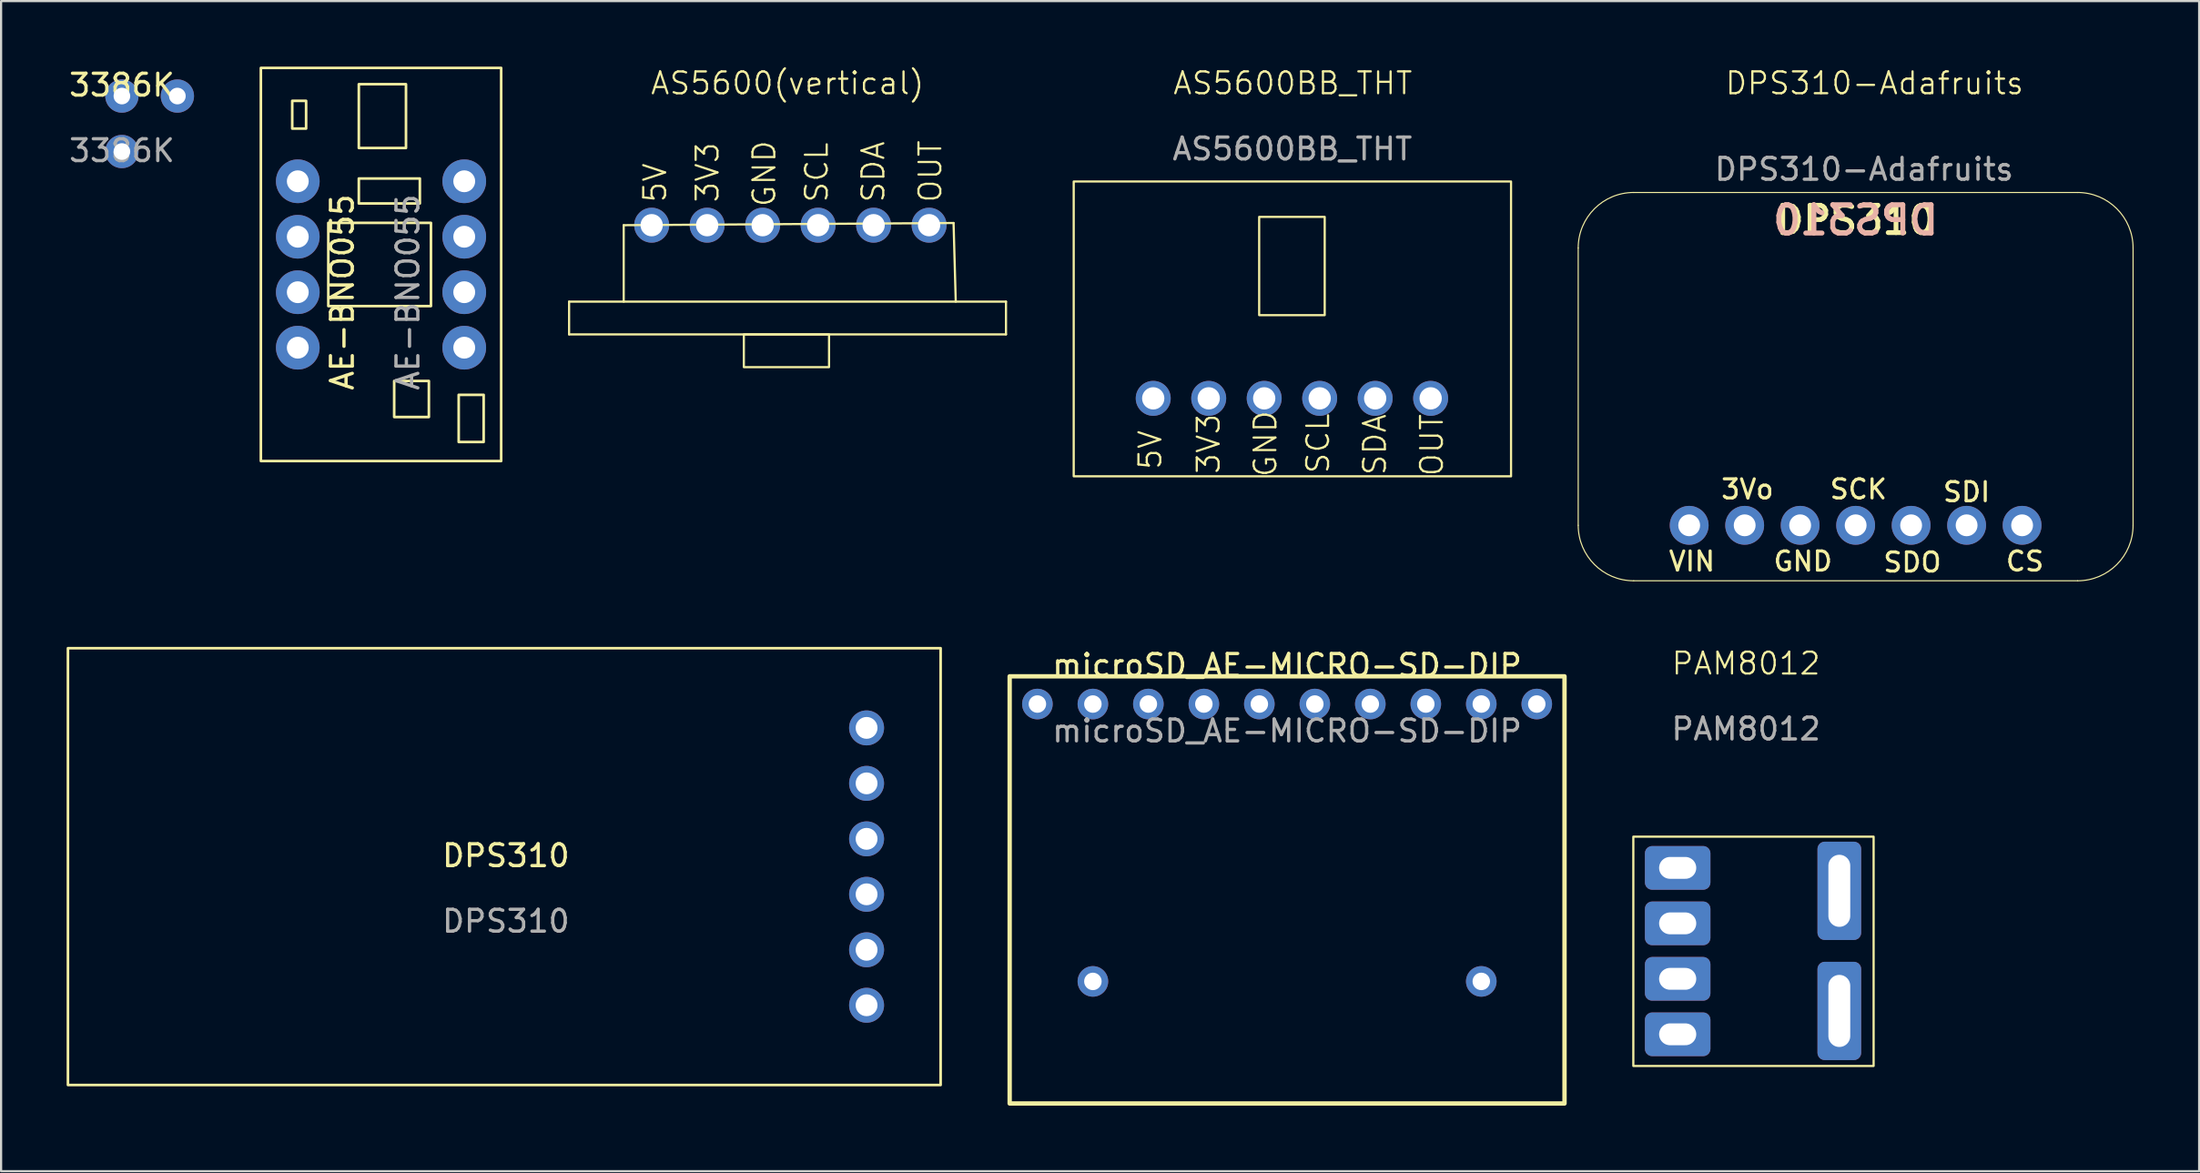
<source format=kicad_pcb>
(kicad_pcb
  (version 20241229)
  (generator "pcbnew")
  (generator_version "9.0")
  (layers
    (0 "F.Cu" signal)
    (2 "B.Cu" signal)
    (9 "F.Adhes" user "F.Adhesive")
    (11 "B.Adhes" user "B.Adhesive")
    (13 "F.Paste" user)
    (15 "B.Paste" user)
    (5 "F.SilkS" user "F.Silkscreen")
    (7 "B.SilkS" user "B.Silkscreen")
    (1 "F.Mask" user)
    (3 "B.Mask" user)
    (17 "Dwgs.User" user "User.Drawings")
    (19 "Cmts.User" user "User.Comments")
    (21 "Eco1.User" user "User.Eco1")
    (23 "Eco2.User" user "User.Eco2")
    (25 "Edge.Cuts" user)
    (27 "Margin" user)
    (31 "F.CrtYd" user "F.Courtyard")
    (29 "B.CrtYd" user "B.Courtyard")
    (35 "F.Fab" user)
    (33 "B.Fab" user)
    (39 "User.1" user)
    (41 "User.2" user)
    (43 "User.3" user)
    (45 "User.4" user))
  (footprint "3386K"
    (layer "F.Cu")
    (at 2.53 1.348)
    (property "Reference" "3386K" (at 0 -0.5 0) (unlocked yes) (layer "F.SilkS") (effects (font (size 1 1) (thickness 0.15))))
    (attr through_hole)
    (fp_text user "${REFERENCE}" (at 0 2.5 0) (unlocked yes) (layer "F.Fab") (effects (font (size 1 1) (thickness 0.15))))
    (pad "1" thru_hole circle (at 2.54 0) (size 1.524 1.524) (drill 0.762) (layers "*.Cu" "*.Mask"))
    (pad "2" thru_hole circle (at 0 0) (size 1.524 1.524) (drill 0.762) (layers "*.Cu" "*.Mask"))
    (pad "3" thru_hole circle (at 0 2.54) (size 1.524 1.524) (drill 0.762) (layers "*.Cu" "*.Mask")))
  (footprint "PAM8012"
    (layer "F.Cu")
    (at 77.1 40.619)
    (property "Reference" "PAM8012" (at -0.22 -13.29 0) (unlocked yes) (layer "F.SilkS") (effects (font (size 1 1) (thickness 0.1))))
    (attr through_hole)
    (fp_rect (start -5.38 -5.36) (end 5.62 5.14) (stroke (width 0.1) (type default)) (fill no) (layer "F.SilkS"))
    (fp_text user "${REFERENCE}" (at -0.22 -10.29 0) (unlocked yes) (layer "F.Fab") (effects (font (size 1 1) (thickness 0.15))))
    (pad "1" thru_hole roundrect (at -3.35 -3.93) (size 3 2) (drill oval 1.7 1) (layers "*.Cu" "*.Mask") (roundrect_rratio 0.164))
    (pad "2" thru_hole roundrect (at -3.35 -1.39) (size 3 2) (drill oval 1.7 1) (layers "*.Cu" "*.Mask") (roundrect_rratio 0.164))
    (pad "3" thru_hole roundrect (at -3.35 1.15) (size 3 2) (drill oval 1.7 1) (layers "*.Cu" "*.Mask") (roundrect_rratio 0.164))
    (pad "4" thru_hole roundrect (at -3.35 3.69) (size 3 2) (drill oval 1.7 1) (layers "*.Cu" "*.Mask") (roundrect_rratio 0.164))
    (pad "5" thru_hole roundrect (at 4.05 -2.88) (size 2 4.5) (drill oval 1 3.3) (layers "*.Cu" "*.Mask") (roundrect_rratio 0.164))
    (pad "6" thru_hole roundrect (at 4.05 2.62) (size 2 4.5) (drill oval 1 3.3) (layers "*.Cu" "*.Mask") (roundrect_rratio 0.164)))
  (footprint "DPS310-Adafruits"
    (layer "F.Cu")
    (at 82.724 13.97)
    (property "Reference" "DPS310-Adafruits" (at 0.04 -13.21 0) (unlocked yes) (layer "F.SilkS") (effects (font (size 1 1) (thickness 0.1))))
    (attr through_hole)
    (fp_line (start -13.527 -5.667) (end -13.527 7.033) (stroke (width 0.05) (type solid)) (layer "F.SilkS"))
    (fp_line (start -10.987 9.573) (end 9.333 9.573) (stroke (width 0.05) (type solid)) (layer "F.SilkS"))
    (fp_line (start 9.333 -8.207) (end -10.987 -8.207) (stroke (width 0.05) (type solid)) (layer "F.SilkS"))
    (fp_line (start 11.873 7.033) (end 11.873 -5.667) (stroke (width 0.05) (type solid)) (layer "F.SilkS"))
    (fp_arc (start -13.527 -5.667) (mid -12.783051 -7.463051) (end -10.987 -8.207) (stroke (width 0.05) (type solid)) (layer "F.SilkS"))
    (fp_arc (start -10.987 9.573) (mid -12.783051 8.829051) (end -13.527 7.033) (stroke (width 0.05) (type solid)) (layer "F.SilkS"))
    (fp_arc (start 9.333 -8.207) (mid 11.129051 -7.463051) (end 11.873 -5.667) (stroke (width 0.05) (type solid)) (layer "F.SilkS"))
    (fp_arc (start 11.873 7.033) (mid 11.129051 8.829051) (end 9.333 9.573) (stroke (width 0.05) (type solid)) (layer "F.SilkS"))
    (fp_text user "SDO" (at 1.77 8.73 0) (unlocked yes) (layer "F.SilkS") (effects (font (size 0.874 0.874) (thickness 0.142))))
    (fp_text user "DPS310" (at -0.827 -6.937 0) (unlocked yes) (layer "F.SilkS") (effects (font (size 1.252 1.252) (thickness 0.221))))
    (fp_text user "SDI" (at 4.253 5.509 0) (unlocked yes) (layer "F.SilkS") (effects (font (size 0.874 0.874) (thickness 0.142))))
    (fp_text user "CS" (at 6.92 8.684 0) (unlocked yes) (layer "F.SilkS") (effects (font (size 0.874 0.874) (thickness 0.142))))
    (fp_text user "VIN" (at -8.32 8.684 0) (unlocked yes) (layer "F.SilkS") (effects (font (size 0.874 0.874) (thickness 0.142))))
    (fp_text user "SCK" (at -0.7 5.382 0) (unlocked yes) (layer "F.SilkS") (effects (font (size 0.874 0.874) (thickness 0.142))))
    (fp_text user "GND" (at -3.24 8.684 0) (unlocked yes) (layer "F.SilkS") (effects (font (size 0.874 0.874) (thickness 0.142))))
    (fp_text user "3Vo" (at -5.78 5.382 0) (unlocked yes) (layer "F.SilkS") (effects (font (size 0.874 0.874) (thickness 0.142))))
    (fp_text user "DPS310" (at -0.827 -6.937 0) (unlocked yes) (layer "B.SilkS") (effects (font (size 1.295 1.295) (thickness 0.229)) (justify mirror)))
    (fp_text user "${REFERENCE}" (at -0.44 -9.27 0) (unlocked yes) (layer "F.Fab") (effects (font (size 1 1) (thickness 0.15))))
    (pad "1" thru_hole circle (at -8.447 7.033 90) (size 1.778 1.778) (drill 1) (layers "*.Cu" "*.Mask"))
    (pad "2" thru_hole circle (at -5.907 7.033 90) (size 1.778 1.778) (drill 1) (layers "*.Cu" "*.Mask"))
    (pad "3" thru_hole circle (at -3.367 7.033 90) (size 1.778 1.778) (drill 1) (layers "*.Cu" "*.Mask"))
    (pad "4" thru_hole circle (at -0.827 7.033 90) (size 1.778 1.778) (drill 1) (layers "*.Cu" "*.Mask"))
    (pad "5" thru_hole circle (at 1.713 7.033 90) (size 1.778 1.778) (drill 1) (layers "*.Cu" "*.Mask"))
    (pad "6" thru_hole circle (at 4.253 7.033 90) (size 1.778 1.778) (drill 1) (layers "*.Cu" "*.Mask"))
    (pad "7" thru_hole circle (at 6.793 7.033 90) (size 1.778 1.778) (drill 1) (layers "*.Cu" "*.Mask")))
  (footprint "microSD_AE-MICRO-SD-DIP"
    (layer "F.Cu")
    (at 55.87 27.917)
    (property "Reference" "microSD_AE-MICRO-SD-DIP" (at 0 -0.5 0) (unlocked yes) (layer "F.SilkS") (effects (font (size 1 1) (thickness 0.15))))
    (attr smd)
    (fp_rect (start 12.7 19.56) (end -12.7 0) (stroke (width 0.2) (type solid)) (fill no) (layer "F.SilkS"))
    (fp_text user "${REFERENCE}" (at 0 2.5 0) (unlocked yes) (layer "F.Fab") (effects (font (size 1 1) (thickness 0.15))))
    (pad "1" thru_hole circle (at 11.43 1.27) (size 1.4 1.4) (drill 0.8) (layers "*.Cu" "*.Mask"))
    (pad "2" thru_hole circle (at 8.89 1.27) (size 1.4 1.4) (drill 0.8) (layers "*.Cu" "*.Mask"))
    (pad "3" thru_hole circle (at 6.35 1.27) (size 1.4 1.4) (drill 0.8) (layers "*.Cu" "*.Mask"))
    (pad "4" thru_hole circle (at 3.81 1.27) (size 1.4 1.4) (drill 0.8) (layers "*.Cu" "*.Mask"))
    (pad "5" thru_hole circle (at 1.27 1.27) (size 1.4 1.4) (drill 0.8) (layers "*.Cu" "*.Mask"))
    (pad "6" thru_hole circle (at -1.27 1.27) (size 1.4 1.4) (drill 0.8) (layers "*.Cu" "*.Mask"))
    (pad "7" thru_hole circle (at -3.81 1.27) (size 1.4 1.4) (drill 0.8) (layers "*.Cu" "*.Mask"))
    (pad "8" thru_hole circle (at -6.35 1.27) (size 1.4 1.4) (drill 0.8) (layers "*.Cu" "*.Mask"))
    (pad "9" thru_hole circle (at -8.89 1.27) (size 1.4 1.4) (drill 0.8) (layers "*.Cu" "*.Mask"))
    (pad "10" thru_hole circle (at -11.43 1.27) (size 1.4 1.4) (drill 0.8) (layers "*.Cu" "*.Mask"))
    (pad "11" thru_hole circle (at -8.89 13.97) (size 1.4 1.4) (drill 0.8) (layers "*.Cu" "*.Mask"))
    (pad "13" thru_hole circle (at 8.89 13.97) (size 1.4 1.4) (drill 0.8) (layers "*.Cu" "*.Mask")))
  (footprint "AS5600(vertical)"
    (layer "F.Cu")
    (at 33.002 12.261)
    (property "Reference" "AS5600(vertical)" (at 0 -11.5 0) (unlocked yes) (layer "F.SilkS") (effects (font (size 1 1) (thickness 0.1))))
    (attr smd)
    (fp_line (start -10 -1.5) (end -10 0) (stroke (width 0.1) (type default)) (layer "F.SilkS"))
    (fp_line (start -10 0) (end 10 0) (stroke (width 0.1) (type default)) (layer "F.SilkS"))
    (fp_line (start -7.5 -5) (end 7.6 -5.1) (stroke (width 0.1) (type default)) (layer "F.SilkS"))
    (fp_line (start -7.5 -1.5) (end -7.5 -5) (stroke (width 0.1) (type default)) (layer "F.SilkS"))
    (fp_line (start 7.6 -5.1) (end 7.7 -1.5) (stroke (width 0.1) (type default)) (layer "F.SilkS"))
    (fp_line (start 10 -1.5) (end -10 -1.5) (stroke (width 0.1) (type default)) (layer "F.SilkS"))
    (fp_line (start 10 0) (end 10 -1.5) (stroke (width 0.1) (type default)) (layer "F.SilkS"))
    (fp_rect (start -2 0) (end 1.9 1.5) (stroke (width 0.1) (type default)) (fill no) (layer "F.SilkS"))
    (fp_text user "SCL" (at 1.92 -5.97 90) (unlocked yes) (layer "F.SilkS") (effects (font (size 1 1) (thickness 0.1)) (justify left bottom)))
    (fp_text user "OUT" (at 7.12 -5.97 90) (unlocked yes) (layer "F.SilkS") (effects (font (size 1 1) (thickness 0.1)) (justify left bottom)))
    (fp_text user "5V" (at -5.48 -5.97 90) (unlocked yes) (layer "F.SilkS") (effects (font (size 1 1) (thickness 0.1)) (justify left bottom)))
    (fp_text user "3V3" (at -3.08 -5.97 90) (unlocked yes) (layer "F.SilkS") (effects (font (size 1 1) (thickness 0.1)) (justify left bottom)))
    (fp_text user "GND" (at -0.48 -5.77 90) (unlocked yes) (layer "F.SilkS") (effects (font (size 1 1) (thickness 0.1)) (justify left bottom)))
    (fp_text user "SDA" (at 4.51 -5.97 90) (unlocked yes) (layer "F.SilkS") (effects (font (size 1 1) (thickness 0.1)) (justify left bottom)))
    (pad "1" thru_hole circle (at -6.22 -5) (size 1.6 1.6) (drill 1.02) (layers "*.Cu" "*.Mask"))
    (pad "2" thru_hole circle (at -3.68 -5) (size 1.6 1.6) (drill 1.02) (layers "*.Cu" "*.Mask"))
    (pad "3" thru_hole circle (at -1.14 -5) (size 1.6 1.6) (drill 1.02) (layers "*.Cu" "*.Mask"))
    (pad "4" thru_hole circle (at 1.4 -5) (size 1.6 1.6) (drill 1.02) (layers "*.Cu" "*.Mask"))
    (pad "5" thru_hole circle (at 3.94 -5) (size 1.6 1.6) (drill 1.02) (layers "*.Cu" "*.Mask"))
    (pad "6" thru_hole circle (at 6.48 -5) (size 1.6 1.6) (drill 1.02) (layers "*.Cu" "*.Mask")))
  (footprint "AS5600BB_THT"
    (layer "F.Cu")
    (at 56.092 11.38)
    (property "Reference" "AS5600BB_THT" (at 0.04 -10.62 0) (unlocked yes) (layer "F.SilkS") (effects (font (size 1 1) (thickness 0.1))))
    (attr through_hole)
    (fp_rect (start -9.99 -6.12) (end 10.03 7.38) (stroke (width 0.1) (type default)) (fill no) (layer "F.SilkS"))
    (fp_rect (start -1.5 -4.5) (end 1.5 0) (stroke (width 0.1) (type default)) (fill no) (layer "F.SilkS"))
    (fp_text user "GND" (at -0.63 7.48 90) (unlocked yes) (layer "F.SilkS") (effects (font (size 1 1) (thickness 0.1)) (justify left bottom)))
    (fp_text user "SDA" (at 4.38 7.4 90) (unlocked yes) (layer "F.SilkS") (effects (font (size 1 1) (thickness 0.1)) (justify left bottom)))
    (fp_text user "SCL" (at 1.78 7.32 90) (unlocked yes) (layer "F.SilkS") (effects (font (size 1 1) (thickness 0.1)) (justify left bottom)))
    (fp_text user "OUT" (at 6.99 7.44 90) (unlocked yes) (layer "F.SilkS") (effects (font (size 1 1) (thickness 0.1)) (justify left bottom)))
    (fp_text user "5V" (at -5.9 7.14 90) (unlocked yes) (layer "F.SilkS") (effects (font (size 1 1) (thickness 0.1)) (justify left bottom)))
    (fp_text user "3V3" (at -3.23 7.34 90) (unlocked yes) (layer "F.SilkS") (effects (font (size 1 1) (thickness 0.1)) (justify left bottom)))
    (fp_text user "${REFERENCE}" (at 0.02 -7.61 0) (unlocked yes) (layer "F.Fab") (effects (font (size 1 1) (thickness 0.15))))
    (pad "1" thru_hole circle (at -6.35 3.81) (size 1.6 1.6) (drill 1.02) (layers "*.Cu" "*.Mask"))
    (pad "2" thru_hole circle (at -3.81 3.81) (size 1.6 1.6) (drill 1.02) (layers "*.Cu" "*.Mask"))
    (pad "3" thru_hole circle (at -1.27 3.81) (size 1.6 1.6) (drill 1.02) (layers "*.Cu" "*.Mask"))
    (pad "4" thru_hole circle (at 1.27 3.81) (size 1.6 1.6) (drill 1.02) (layers "*.Cu" "*.Mask"))
    (pad "5" thru_hole circle (at 3.81 3.81) (size 1.6 1.6) (drill 1.02) (layers "*.Cu" "*.Mask"))
    (pad "6" thru_hole circle (at 6.35 3.81) (size 1.6 1.6) (drill 1.02) (layers "*.Cu" "*.Mask")))
  (footprint "AE-BNO055"
    (layer "F.Cu")
    (at 14.392 9.06)
    (property "Reference" "AE-BNO055" (at -1.77 1.27 90) (unlocked yes) (layer "F.SilkS") (effects (font (size 1 1) (thickness 0.15))))
    (attr through_hole)
    (fp_rect (start -5.5 -9) (end 5.5 9) (stroke (width 0.12) (type solid)) (fill no) (layer "F.SilkS"))
    (fp_rect (start -4.064 -6.223) (end -3.429 -7.493) (stroke (width 0.12) (type solid)) (fill no) (layer "F.SilkS"))
    (fp_rect (start -2.413 -1.905) (end 2.286 1.905) (stroke (width 0.12) (type solid)) (fill no) (layer "F.SilkS"))
    (fp_rect (start -1.016 -5.334) (end 1.143 -8.255) (stroke (width 0.12) (type solid)) (fill no) (layer "F.SilkS"))
    (fp_rect (start -1.016 -3.937) (end 1.778 -2.794) (stroke (width 0.12) (type solid)) (fill no) (layer "F.SilkS"))
    (fp_rect (start 0.603 6.985) (end 2.191 5.334) (stroke (width 0.12) (type solid)) (fill no) (layer "F.SilkS"))
    (fp_rect (start 3.556 8.128) (end 4.699 5.969) (stroke (width 0.12) (type solid)) (fill no) (layer "F.SilkS"))
    (fp_text user "${REFERENCE}" (at 1.23 1.27 90) (unlocked yes) (layer "F.Fab") (effects (font (size 1 1) (thickness 0.15))))
    (pad "1" thru_hole circle (at -3.81 -3.81) (size 2 2) (drill 1) (layers "*.Cu" "*.Mask"))
    (pad "2" thru_hole circle (at -3.81 -1.27) (size 2 2) (drill 1) (layers "*.Cu" "*.Mask"))
    (pad "3" thru_hole circle (at -3.81 1.27) (size 2 2) (drill 1) (layers "*.Cu" "*.Mask"))
    (pad "4" thru_hole circle (at -3.81 3.81) (size 2 2) (drill 1) (layers "*.Cu" "*.Mask"))
    (pad "5" thru_hole circle (at 3.81 3.81) (size 2 2) (drill 1) (layers "*.Cu" "*.Mask"))
    (pad "6" thru_hole circle (at 3.81 1.27) (size 2 2) (drill 1) (layers "*.Cu" "*.Mask"))
    (pad "7" thru_hole circle (at 3.81 -1.27) (size 2 2) (drill 1) (layers "*.Cu" "*.Mask"))
    (pad "8" thru_hole circle (at 3.81 -3.81) (size 2 2) (drill 1) (layers "*.Cu" "*.Mask")))
  (footprint "DPS310"
    (layer "F.Cu")
    (at 20.11 36.629)
    (property "Reference" "DPS310" (at 0 -0.5 0) (unlocked yes) (layer "F.SilkS") (effects (font (size 1 1) (thickness 0.15))))
    (attr smd)
    (fp_rect (start 19.9 -10) (end -20.05 10.002) (stroke (width 0.12) (type solid)) (fill no) (layer "F.SilkS"))
    (fp_text user "${REFERENCE}" (at 0 2.5 0) (unlocked yes) (layer "F.Fab") (effects (font (size 1 1) (thickness 0.15))))
    (pad "1" thru_hole circle (at 16.51 -6.35) (size 1.6 1.6) (drill 1) (layers "*.Cu" "*.Mask"))
    (pad "2" thru_hole circle (at 16.51 -3.81) (size 1.6 1.6) (drill 1) (layers "*.Cu" "*.Mask"))
    (pad "3" thru_hole circle (at 16.51 -1.27) (size 1.6 1.6) (drill 1) (layers "*.Cu" "*.Mask"))
    (pad "4" thru_hole circle (at 16.51 1.27) (size 1.6 1.6) (drill 1) (layers "*.Cu" "*.Mask"))
    (pad "5" thru_hole circle (at 16.51 3.81) (size 1.6 1.6) (drill 1) (layers "*.Cu" "*.Mask"))
    (pad "6" thru_hole circle (at 16.51 6.35) (size 1.6 1.6) (drill 1) (layers "*.Cu" "*.Mask")))
  (gr_rect
    (start -3 -3)
    (end 97.622 50.577)
    (stroke (width 0.1) (type default))
    (fill no)
    (layer "Edge.Cuts")))
</source>
